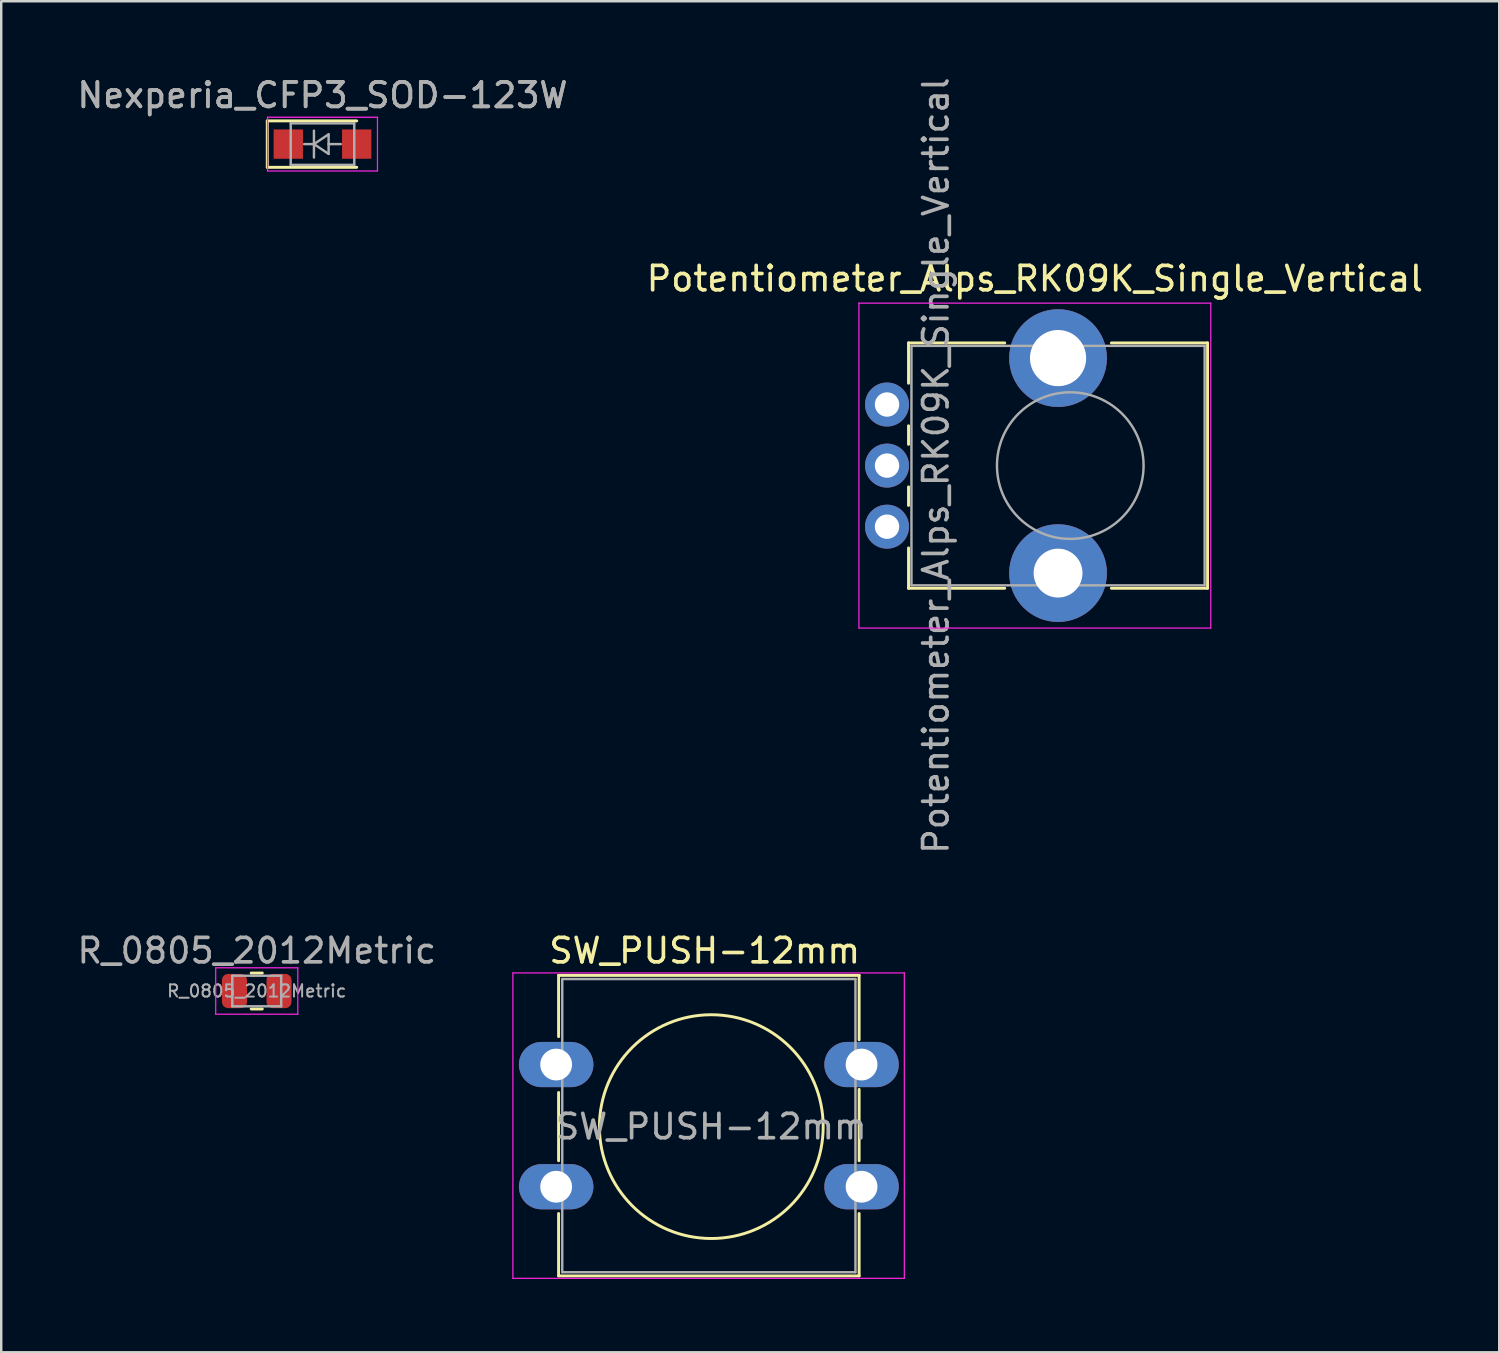
<source format=kicad_pcb>
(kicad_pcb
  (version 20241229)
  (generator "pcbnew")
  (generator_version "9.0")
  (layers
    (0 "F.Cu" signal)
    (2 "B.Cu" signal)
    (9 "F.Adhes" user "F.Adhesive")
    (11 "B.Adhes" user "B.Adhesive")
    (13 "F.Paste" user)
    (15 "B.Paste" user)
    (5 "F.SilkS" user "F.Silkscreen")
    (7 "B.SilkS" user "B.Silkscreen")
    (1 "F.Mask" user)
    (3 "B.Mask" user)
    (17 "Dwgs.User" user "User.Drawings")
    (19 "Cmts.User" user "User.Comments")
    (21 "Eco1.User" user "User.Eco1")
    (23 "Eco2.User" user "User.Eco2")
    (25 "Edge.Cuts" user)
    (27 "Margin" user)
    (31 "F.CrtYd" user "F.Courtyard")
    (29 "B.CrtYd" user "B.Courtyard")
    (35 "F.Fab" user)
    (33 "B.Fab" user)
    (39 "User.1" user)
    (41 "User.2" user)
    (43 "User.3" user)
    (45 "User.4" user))
  (footprint "Potentiometer_Alps_RK09K_Single_Vertical"
    (layer "F.Cu")
    (at 33.254 18.506)
    (property "Reference" "Potentiometer_Alps_RK09K_Single_Vertical" (at 6.05 -10.15 0) (layer "F.SilkS") (effects (font (size 1 1) (thickness 0.15))))
    (attr through_hole)
    (fp_line (start 0.88 -7.521) (end 0.88 -5.871) (stroke (width 0.12) (type solid)) (layer "F.SilkS"))
    (fp_line (start 0.88 -7.521) (end 4.817 -7.521) (stroke (width 0.12) (type solid)) (layer "F.SilkS"))
    (fp_line (start 0.88 -4.129) (end 0.88 -3.37) (stroke (width 0.12) (type solid)) (layer "F.SilkS"))
    (fp_line (start 0.88 -1.629) (end 0.88 -0.87) (stroke (width 0.12) (type solid)) (layer "F.SilkS"))
    (fp_line (start 0.88 0.87) (end 0.88 2.52) (stroke (width 0.12) (type solid)) (layer "F.SilkS"))
    (fp_line (start 0.88 2.52) (end 4.817 2.52) (stroke (width 0.12) (type solid)) (layer "F.SilkS"))
    (fp_line (start 9.184 -7.521) (end 13.12 -7.521) (stroke (width 0.12) (type solid)) (layer "F.SilkS"))
    (fp_line (start 9.184 2.52) (end 13.12 2.52) (stroke (width 0.12) (type solid)) (layer "F.SilkS"))
    (fp_line (start 13.12 -7.521) (end 13.12 2.52) (stroke (width 0.12) (type solid)) (layer "F.SilkS"))
    (fp_line (start -1.15 -9.15) (end -1.15 4.15) (stroke (width 0.05) (type solid)) (layer "F.CrtYd"))
    (fp_line (start -1.15 4.15) (end 13.25 4.15) (stroke (width 0.05) (type solid)) (layer "F.CrtYd"))
    (fp_line (start 13.25 -9.15) (end -1.15 -9.15) (stroke (width 0.05) (type solid)) (layer "F.CrtYd"))
    (fp_line (start 13.25 4.15) (end 13.25 -9.15) (stroke (width 0.05) (type solid)) (layer "F.CrtYd"))
    (fp_line (start 1 -7.4) (end 1 2.4) (stroke (width 0.1) (type solid)) (layer "F.Fab"))
    (fp_line (start 1 2.4) (end 13 2.4) (stroke (width 0.1) (type solid)) (layer "F.Fab"))
    (fp_line (start 13 -7.4) (end 1 -7.4) (stroke (width 0.1) (type solid)) (layer "F.Fab"))
    (fp_line (start 13 2.4) (end 13 -7.4) (stroke (width 0.1) (type solid)) (layer "F.Fab"))
    (fp_circle (center 7.5 -2.5) (end 10.5 -2.5) (stroke (width 0.1) (type solid)) (fill no) (layer "F.Fab"))
    (fp_text user "${REFERENCE}" (at 2 -2.5 90) (layer "F.Fab") (effects (font (size 1 1) (thickness 0.15))))
    (pad "" np_thru_hole circle (at 7 -6.9) (size 4 4) (drill 2.3) (layers "*.Cu" "*.Mask"))
    (pad "" np_thru_hole circle (at 7 1.9) (size 4 4) (drill 2) (layers "*.Cu" "*.Mask"))
    (pad "1" thru_hole circle (at 0 0) (size 1.8 1.8) (drill 1) (layers "*.Cu" "*.Mask"))
    (pad "2" thru_hole circle (at 0 -2.5) (size 1.8 1.8) (drill 1) (layers "*.Cu" "*.Mask"))
    (pad "3" thru_hole circle (at 0 -5) (size 1.8 1.8) (drill 1) (layers "*.Cu" "*.Mask")))
  (footprint "SW_PUSH-12mm"
    (layer "F.Cu")
    (at 19.712 40.52)
    (property "Reference" "SW_PUSH-12mm" (at 6.08 -4.66 0) (layer "F.SilkS") (effects (font (size 1 1) (thickness 0.15))))
    (attr through_hole)
    (fp_line (start 0.1 -3.65) (end 12.4 -3.65) (stroke (width 0.12) (type solid)) (layer "F.SilkS"))
    (fp_line (start 0.1 -1.143) (end 0.1 -3.65) (stroke (width 0.12) (type solid)) (layer "F.SilkS"))
    (fp_line (start 0.1 3.937) (end 0.1 1.143) (stroke (width 0.12) (type solid)) (layer "F.SilkS"))
    (fp_line (start 0.1 8.65) (end 0.1 6.096) (stroke (width 0.12) (type solid)) (layer "F.SilkS"))
    (fp_line (start 12.4 -3.65) (end 12.4 -1.016) (stroke (width 0.12) (type solid)) (layer "F.SilkS"))
    (fp_line (start 12.4 1.016) (end 12.4 3.937) (stroke (width 0.12) (type solid)) (layer "F.SilkS"))
    (fp_line (start 12.4 6.096) (end 12.4 8.65) (stroke (width 0.12) (type solid)) (layer "F.SilkS"))
    (fp_line (start 12.4 8.65) (end 0.1 8.65) (stroke (width 0.12) (type solid)) (layer "F.SilkS"))
    (fp_circle (center 6.35 2.54) (end 10.16 5.08) (stroke (width 0.12) (type solid)) (fill no) (layer "F.SilkS"))
    (fp_line (start -1.77 -3.75) (end -1.77 8.75) (stroke (width 0.05) (type solid)) (layer "F.CrtYd"))
    (fp_line (start -1.77 -3.75) (end 14.25 -3.75) (stroke (width 0.05) (type solid)) (layer "F.CrtYd"))
    (fp_line (start 14.25 8.75) (end -1.77 8.75) (stroke (width 0.05) (type solid)) (layer "F.CrtYd"))
    (fp_line (start 14.25 8.75) (end 14.25 -3.75) (stroke (width 0.05) (type solid)) (layer "F.CrtYd"))
    (fp_line (start 0.25 -3.5) (end 0.25 8.5) (stroke (width 0.1) (type solid)) (layer "F.Fab"))
    (fp_line (start 0.25 -3.5) (end 12.25 -3.5) (stroke (width 0.1) (type solid)) (layer "F.Fab"))
    (fp_line (start 0.25 8.5) (end 12.25 8.5) (stroke (width 0.1) (type solid)) (layer "F.Fab"))
    (fp_line (start 12.25 -3.5) (end 12.25 8.5) (stroke (width 0.1) (type solid)) (layer "F.Fab"))
    (fp_text user "${REFERENCE}" (at 6.35 2.54 0) (layer "F.Fab") (effects (font (size 1 1) (thickness 0.15))))
    (pad "1" thru_hole oval (at 0 0) (size 3.048 1.85) (drill 1.3) (layers "*.Cu" "*.Mask"))
    (pad "1" thru_hole oval (at 12.5 0) (size 3.048 1.85) (drill 1.3) (layers "*.Cu" "*.Mask"))
    (pad "2" thru_hole oval (at 0 5) (size 3.048 1.85) (drill 1.3) (layers "*.Cu" "*.Mask"))
    (pad "2" thru_hole oval (at 12.5 5) (size 3.048 1.85) (drill 1.3) (layers "*.Cu" "*.Mask")))
  (footprint "Nexperia_CFP3_SOD-123W"
    (layer "F.Cu")
    (at 10.149 2.848)
    (property "Reference" "Nexperia_CFP3_SOD-123W" (at 0 -2 0) (layer "F.Fab") (effects (font (size 1 1) (thickness 0.15))))
    (attr smd)
    (fp_line (start -2.26 -0.95) (end -2.26 0.95) (stroke (width 0.12) (type solid)) (layer "F.SilkS"))
    (fp_line (start -2.26 -0.95) (end 1.4 -0.95) (stroke (width 0.12) (type solid)) (layer "F.SilkS"))
    (fp_line (start -2.26 0.95) (end 1.4 0.95) (stroke (width 0.12) (type solid)) (layer "F.SilkS"))
    (fp_line (start -2.25 -1.1) (end -2.25 1.1) (stroke (width 0.05) (type solid)) (layer "F.CrtYd"))
    (fp_line (start -2.25 -1.1) (end 2.25 -1.1) (stroke (width 0.05) (type solid)) (layer "F.CrtYd"))
    (fp_line (start 2.25 -1.1) (end 2.25 1.1) (stroke (width 0.05) (type solid)) (layer "F.CrtYd"))
    (fp_line (start 2.25 1.1) (end -2.25 1.1) (stroke (width 0.05) (type solid)) (layer "F.CrtYd"))
    (fp_line (start -1.3 -0.85) (end 1.3 -0.85) (stroke (width 0.1) (type solid)) (layer "F.Fab"))
    (fp_line (start -1.3 0.85) (end -1.3 -0.85) (stroke (width 0.1) (type solid)) (layer "F.Fab"))
    (fp_line (start -0.75 0) (end -0.35 0) (stroke (width 0.1) (type solid)) (layer "F.Fab"))
    (fp_line (start -0.35 -0.55) (end -0.35 0.55) (stroke (width 0.1) (type solid)) (layer "F.Fab"))
    (fp_line (start -0.35 0) (end 0.25 -0.4) (stroke (width 0.1) (type solid)) (layer "F.Fab"))
    (fp_line (start -0.35 0) (end 0.25 0.4) (stroke (width 0.1) (type solid)) (layer "F.Fab"))
    (fp_line (start 0.25 -0.4) (end 0.25 0.4) (stroke (width 0.1) (type solid)) (layer "F.Fab"))
    (fp_line (start 0.75 0) (end 0.25 0) (stroke (width 0.1) (type solid)) (layer "F.Fab"))
    (fp_line (start 1.3 -0.85) (end 1.3 0.85) (stroke (width 0.1) (type solid)) (layer "F.Fab"))
    (fp_line (start 1.3 0.85) (end -1.3 0.85) (stroke (width 0.1) (type solid)) (layer "F.Fab"))
    (fp_text user "${REFERENCE}" (at 0 -2 0) (layer "F.Fab") (effects (font (size 1 1) (thickness 0.15))))
    (pad "1" smd rect (at -1.4 0) (size 1.2 1.2) (layers "F.Cu" "F.Mask" "F.Paste"))
    (pad "2" smd rect (at 1.4 0) (size 1.2 1.2) (layers "F.Cu" "F.Mask" "F.Paste")))
  (footprint "R_0805_2012Metric"
    (layer "F.Cu")
    (at 7.458 37.51)
    (property "Reference" "R_0805_2012Metric" (at 0 -1.65 0) (layer "F.Fab") (effects (font (size 1 1) (thickness 0.15))))
    (attr smd)
    (fp_line (start -0.227 -0.735) (end 0.227 -0.735) (stroke (width 0.12) (type solid)) (layer "F.SilkS"))
    (fp_line (start -0.227 0.735) (end 0.227 0.735) (stroke (width 0.12) (type solid)) (layer "F.SilkS"))
    (fp_line (start -1.68 -0.95) (end 1.68 -0.95) (stroke (width 0.05) (type solid)) (layer "F.CrtYd"))
    (fp_line (start -1.68 0.95) (end -1.68 -0.95) (stroke (width 0.05) (type solid)) (layer "F.CrtYd"))
    (fp_line (start 1.68 -0.95) (end 1.68 0.95) (stroke (width 0.05) (type solid)) (layer "F.CrtYd"))
    (fp_line (start 1.68 0.95) (end -1.68 0.95) (stroke (width 0.05) (type solid)) (layer "F.CrtYd"))
    (fp_line (start -1 -0.625) (end 1 -0.625) (stroke (width 0.1) (type solid)) (layer "F.Fab"))
    (fp_line (start -1 0.625) (end -1 -0.625) (stroke (width 0.1) (type solid)) (layer "F.Fab"))
    (fp_line (start 1 -0.625) (end 1 0.625) (stroke (width 0.1) (type solid)) (layer "F.Fab"))
    (fp_line (start 1 0.625) (end -1 0.625) (stroke (width 0.1) (type solid)) (layer "F.Fab"))
    (fp_text user "${REFERENCE}" (at 0 0 0) (layer "F.Fab") (effects (font (size 0.5 0.5) (thickness 0.08))))
    (pad "1" smd roundrect (at -0.912 0) (size 1.025 1.4) (layers "F.Cu" "F.Mask" "F.Paste") (roundrect_rratio 0.244))
    (pad "2" smd roundrect (at 0.912 0) (size 1.025 1.4) (layers "F.Cu" "F.Mask" "F.Paste") (roundrect_rratio 0.244)))
  (gr_rect
    (start -3 -3)
    (end 58.31 52.295)
    (stroke (width 0.1) (type default))
    (fill no)
    (layer "Edge.Cuts")))
</source>
